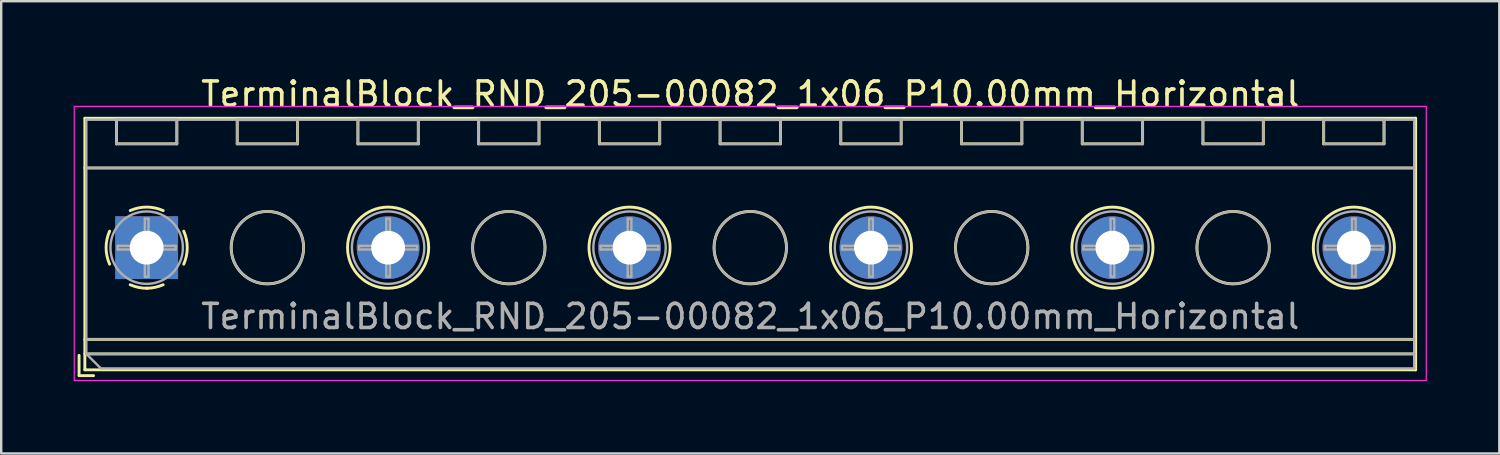
<source format=kicad_pcb>
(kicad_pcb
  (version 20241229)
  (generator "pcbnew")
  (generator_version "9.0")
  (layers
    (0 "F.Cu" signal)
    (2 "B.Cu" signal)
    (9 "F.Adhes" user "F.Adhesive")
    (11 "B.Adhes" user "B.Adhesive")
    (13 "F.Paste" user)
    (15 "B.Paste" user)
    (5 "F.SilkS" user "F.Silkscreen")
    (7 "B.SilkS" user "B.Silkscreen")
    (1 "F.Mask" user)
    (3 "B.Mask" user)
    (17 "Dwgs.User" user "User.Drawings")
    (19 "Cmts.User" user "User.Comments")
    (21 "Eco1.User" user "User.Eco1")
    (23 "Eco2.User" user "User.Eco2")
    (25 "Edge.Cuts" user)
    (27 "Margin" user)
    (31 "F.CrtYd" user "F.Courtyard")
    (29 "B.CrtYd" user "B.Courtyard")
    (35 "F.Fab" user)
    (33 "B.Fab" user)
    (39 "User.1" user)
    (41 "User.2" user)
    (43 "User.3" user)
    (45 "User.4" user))
  (footprint "TerminalBlock_RND_205-00082_1x06_P10.00mm_Horizontal"
    (layer "F.Cu")
    (at 3.025 7.208)
    (property "Reference" "TerminalBlock_RND_205-00082_1x06_P10.00mm_Horizontal" (at 25 -6.36 0) (layer "F.SilkS") (effects (font (size 1 1) (thickness 0.15))))
    (attr through_hole)
    (fp_line (start -2.8 4.46) (end -2.8 5.3) (stroke (width 0.12) (type solid)) (layer "F.SilkS"))
    (fp_line (start -2.8 5.3) (end -2.2 5.3) (stroke (width 0.12) (type solid)) (layer "F.SilkS"))
    (fp_line (start -2.56 -5.36) (end -2.56 5.06) (stroke (width 0.12) (type solid)) (layer "F.SilkS"))
    (fp_line (start -2.56 -5.36) (end 52.56 -5.36) (stroke (width 0.12) (type solid)) (layer "F.SilkS"))
    (fp_line (start -2.56 -3.301) (end 52.56 -3.301) (stroke (width 0.12) (type solid)) (layer "F.SilkS"))
    (fp_line (start -2.56 3.8) (end 52.56 3.8) (stroke (width 0.12) (type solid)) (layer "F.SilkS"))
    (fp_line (start -2.56 4.4) (end 52.56 4.4) (stroke (width 0.12) (type solid)) (layer "F.SilkS"))
    (fp_line (start -2.56 5.06) (end 52.56 5.06) (stroke (width 0.12) (type solid)) (layer "F.SilkS"))
    (fp_line (start -1.25 -5.301) (end -1.25 -4.301) (stroke (width 0.12) (type solid)) (layer "F.SilkS"))
    (fp_line (start -1.25 -5.301) (end 1.25 -5.301) (stroke (width 0.12) (type solid)) (layer "F.SilkS"))
    (fp_line (start -1.25 -4.301) (end 1.25 -4.301) (stroke (width 0.12) (type solid)) (layer "F.SilkS"))
    (fp_line (start 1.25 -5.301) (end 1.25 -4.301) (stroke (width 0.12) (type solid)) (layer "F.SilkS"))
    (fp_line (start 3.75 -5.301) (end 3.75 -4.301) (stroke (width 0.12) (type solid)) (layer "F.SilkS"))
    (fp_line (start 3.75 -5.301) (end 6.25 -5.301) (stroke (width 0.12) (type solid)) (layer "F.SilkS"))
    (fp_line (start 3.75 -4.301) (end 6.25 -4.301) (stroke (width 0.12) (type solid)) (layer "F.SilkS"))
    (fp_line (start 6.25 -5.301) (end 6.25 -4.301) (stroke (width 0.12) (type solid)) (layer "F.SilkS"))
    (fp_line (start 8.75 -5.301) (end 8.75 -4.301) (stroke (width 0.12) (type solid)) (layer "F.SilkS"))
    (fp_line (start 8.75 -5.301) (end 11.25 -5.301) (stroke (width 0.12) (type solid)) (layer "F.SilkS"))
    (fp_line (start 8.75 -4.301) (end 11.25 -4.301) (stroke (width 0.12) (type solid)) (layer "F.SilkS"))
    (fp_line (start 11.25 -5.301) (end 11.25 -4.301) (stroke (width 0.12) (type solid)) (layer "F.SilkS"))
    (fp_line (start 13.75 -5.301) (end 13.75 -4.301) (stroke (width 0.12) (type solid)) (layer "F.SilkS"))
    (fp_line (start 13.75 -5.301) (end 16.25 -5.301) (stroke (width 0.12) (type solid)) (layer "F.SilkS"))
    (fp_line (start 13.75 -4.301) (end 16.25 -4.301) (stroke (width 0.12) (type solid)) (layer "F.SilkS"))
    (fp_line (start 16.25 -5.301) (end 16.25 -4.301) (stroke (width 0.12) (type solid)) (layer "F.SilkS"))
    (fp_line (start 18.75 -5.301) (end 18.75 -4.301) (stroke (width 0.12) (type solid)) (layer "F.SilkS"))
    (fp_line (start 18.75 -5.301) (end 21.25 -5.301) (stroke (width 0.12) (type solid)) (layer "F.SilkS"))
    (fp_line (start 18.75 -4.301) (end 21.25 -4.301) (stroke (width 0.12) (type solid)) (layer "F.SilkS"))
    (fp_line (start 21.25 -5.301) (end 21.25 -4.301) (stroke (width 0.12) (type solid)) (layer "F.SilkS"))
    (fp_line (start 23.75 -5.301) (end 23.75 -4.301) (stroke (width 0.12) (type solid)) (layer "F.SilkS"))
    (fp_line (start 23.75 -5.301) (end 26.25 -5.301) (stroke (width 0.12) (type solid)) (layer "F.SilkS"))
    (fp_line (start 23.75 -4.301) (end 26.25 -4.301) (stroke (width 0.12) (type solid)) (layer "F.SilkS"))
    (fp_line (start 26.25 -5.301) (end 26.25 -4.301) (stroke (width 0.12) (type solid)) (layer "F.SilkS"))
    (fp_line (start 28.75 -5.301) (end 28.75 -4.301) (stroke (width 0.12) (type solid)) (layer "F.SilkS"))
    (fp_line (start 28.75 -5.301) (end 31.25 -5.301) (stroke (width 0.12) (type solid)) (layer "F.SilkS"))
    (fp_line (start 28.75 -4.301) (end 31.25 -4.301) (stroke (width 0.12) (type solid)) (layer "F.SilkS"))
    (fp_line (start 31.25 -5.301) (end 31.25 -4.301) (stroke (width 0.12) (type solid)) (layer "F.SilkS"))
    (fp_line (start 33.75 -5.301) (end 33.75 -4.301) (stroke (width 0.12) (type solid)) (layer "F.SilkS"))
    (fp_line (start 33.75 -5.301) (end 36.25 -5.301) (stroke (width 0.12) (type solid)) (layer "F.SilkS"))
    (fp_line (start 33.75 -4.301) (end 36.25 -4.301) (stroke (width 0.12) (type solid)) (layer "F.SilkS"))
    (fp_line (start 36.25 -5.301) (end 36.25 -4.301) (stroke (width 0.12) (type solid)) (layer "F.SilkS"))
    (fp_line (start 38.75 -5.301) (end 38.75 -4.301) (stroke (width 0.12) (type solid)) (layer "F.SilkS"))
    (fp_line (start 38.75 -5.301) (end 41.25 -5.301) (stroke (width 0.12) (type solid)) (layer "F.SilkS"))
    (fp_line (start 38.75 -4.301) (end 41.25 -4.301) (stroke (width 0.12) (type solid)) (layer "F.SilkS"))
    (fp_line (start 41.25 -5.301) (end 41.25 -4.301) (stroke (width 0.12) (type solid)) (layer "F.SilkS"))
    (fp_line (start 43.75 -5.301) (end 43.75 -4.301) (stroke (width 0.12) (type solid)) (layer "F.SilkS"))
    (fp_line (start 43.75 -5.301) (end 46.25 -5.301) (stroke (width 0.12) (type solid)) (layer "F.SilkS"))
    (fp_line (start 43.75 -4.301) (end 46.25 -4.301) (stroke (width 0.12) (type solid)) (layer "F.SilkS"))
    (fp_line (start 46.25 -5.301) (end 46.25 -4.301) (stroke (width 0.12) (type solid)) (layer "F.SilkS"))
    (fp_line (start 48.75 -5.301) (end 48.75 -4.301) (stroke (width 0.12) (type solid)) (layer "F.SilkS"))
    (fp_line (start 48.75 -5.301) (end 51.25 -5.301) (stroke (width 0.12) (type solid)) (layer "F.SilkS"))
    (fp_line (start 48.75 -4.301) (end 51.25 -4.301) (stroke (width 0.12) (type solid)) (layer "F.SilkS"))
    (fp_line (start 51.25 -5.301) (end 51.25 -4.301) (stroke (width 0.12) (type solid)) (layer "F.SilkS"))
    (fp_line (start 52.56 -5.36) (end 52.56 5.06) (stroke (width 0.12) (type solid)) (layer "F.SilkS"))
    (fp_arc (start -1.535427 0.683042) (mid -1.680501 -0.000524) (end -1.535 -0.684) (stroke (width 0.12) (type solid)) (layer "F.SilkS"))
    (fp_arc (start -0.683042 -1.535427) (mid 0.000524 -1.680501) (end 0.684 -1.535) (stroke (width 0.12) (type solid)) (layer "F.SilkS"))
    (fp_arc (start 0.028805 1.680253) (mid -0.335551 1.646659) (end -0.684 1.535) (stroke (width 0.12) (type solid)) (layer "F.SilkS"))
    (fp_arc (start 0.683318 1.534756) (mid 0.349292 1.643288) (end 0 1.68) (stroke (width 0.12) (type solid)) (layer "F.SilkS"))
    (fp_arc (start 1.535427 -0.683042) (mid 1.680501 0.000524) (end 1.535 0.684) (stroke (width 0.12) (type solid)) (layer "F.SilkS"))
    (fp_circle (center 5 0) (end 6.5 0) (stroke (width 0.12) (type solid)) (fill no) (layer "F.SilkS"))
    (fp_circle (center 10 0) (end 11.68 0) (stroke (width 0.12) (type solid)) (fill no) (layer "F.SilkS"))
    (fp_circle (center 15 0) (end 16.5 0) (stroke (width 0.12) (type solid)) (fill no) (layer "F.SilkS"))
    (fp_circle (center 20 0) (end 21.68 0) (stroke (width 0.12) (type solid)) (fill no) (layer "F.SilkS"))
    (fp_circle (center 25 0) (end 26.5 0) (stroke (width 0.12) (type solid)) (fill no) (layer "F.SilkS"))
    (fp_circle (center 30 0) (end 31.68 0) (stroke (width 0.12) (type solid)) (fill no) (layer "F.SilkS"))
    (fp_circle (center 35 0) (end 36.5 0) (stroke (width 0.12) (type solid)) (fill no) (layer "F.SilkS"))
    (fp_circle (center 40 0) (end 41.68 0) (stroke (width 0.12) (type solid)) (fill no) (layer "F.SilkS"))
    (fp_circle (center 45 0) (end 46.5 0) (stroke (width 0.12) (type solid)) (fill no) (layer "F.SilkS"))
    (fp_circle (center 50 0) (end 51.68 0) (stroke (width 0.12) (type solid)) (fill no) (layer "F.SilkS"))
    (fp_line (start -3 -5.85) (end -3 5.5) (stroke (width 0.05) (type solid)) (layer "F.CrtYd"))
    (fp_line (start -3 5.5) (end 53 5.5) (stroke (width 0.05) (type solid)) (layer "F.CrtYd"))
    (fp_line (start 53 -5.85) (end -3 -5.85) (stroke (width 0.05) (type solid)) (layer "F.CrtYd"))
    (fp_line (start 53 5.5) (end 53 -5.85) (stroke (width 0.05) (type solid)) (layer "F.CrtYd"))
    (fp_line (start -2.5 -5.3) (end 52.5 -5.3) (stroke (width 0.1) (type solid)) (layer "F.Fab"))
    (fp_line (start -2.5 -3.3) (end 52.5 -3.3) (stroke (width 0.1) (type solid)) (layer "F.Fab"))
    (fp_line (start -2.5 3.8) (end 52.5 3.8) (stroke (width 0.1) (type solid)) (layer "F.Fab"))
    (fp_line (start -2.5 4.4) (end -2.5 -5.3) (stroke (width 0.1) (type solid)) (layer "F.Fab"))
    (fp_line (start -2.5 4.4) (end 52.5 4.4) (stroke (width 0.1) (type solid)) (layer "F.Fab"))
    (fp_line (start -1.9 5) (end -2.5 4.4) (stroke (width 0.1) (type solid)) (layer "F.Fab"))
    (fp_line (start -1.25 -5.3) (end -1.25 -4.3) (stroke (width 0.1) (type solid)) (layer "F.Fab"))
    (fp_line (start -1.25 -4.3) (end 1.25 -4.3) (stroke (width 0.1) (type solid)) (layer "F.Fab"))
    (fp_line (start -1.201 -0.076) (end -0.076 -0.076) (stroke (width 0.1) (type solid)) (layer "F.Fab"))
    (fp_line (start -1.201 0.076) (end -1.201 -0.076) (stroke (width 0.1) (type solid)) (layer "F.Fab"))
    (fp_line (start -0.076 -1.201) (end 0.076 -1.201) (stroke (width 0.1) (type solid)) (layer "F.Fab"))
    (fp_line (start -0.076 -0.076) (end -0.076 -1.201) (stroke (width 0.1) (type solid)) (layer "F.Fab"))
    (fp_line (start -0.076 0.076) (end -1.201 0.076) (stroke (width 0.1) (type solid)) (layer "F.Fab"))
    (fp_line (start -0.076 1.201) (end -0.076 0.076) (stroke (width 0.1) (type solid)) (layer "F.Fab"))
    (fp_line (start 0.076 -1.201) (end 0.076 -0.076) (stroke (width 0.1) (type solid)) (layer "F.Fab"))
    (fp_line (start 0.076 -0.076) (end 1.201 -0.076) (stroke (width 0.1) (type solid)) (layer "F.Fab"))
    (fp_line (start 0.076 0.076) (end 0.076 1.201) (stroke (width 0.1) (type solid)) (layer "F.Fab"))
    (fp_line (start 0.076 1.201) (end -0.076 1.201) (stroke (width 0.1) (type solid)) (layer "F.Fab"))
    (fp_line (start 1.201 -0.076) (end 1.201 0.076) (stroke (width 0.1) (type solid)) (layer "F.Fab"))
    (fp_line (start 1.201 0.076) (end 0.076 0.076) (stroke (width 0.1) (type solid)) (layer "F.Fab"))
    (fp_line (start 1.25 -5.3) (end -1.25 -5.3) (stroke (width 0.1) (type solid)) (layer "F.Fab"))
    (fp_line (start 1.25 -4.3) (end 1.25 -5.3) (stroke (width 0.1) (type solid)) (layer "F.Fab"))
    (fp_line (start 3.75 -5.3) (end 3.75 -4.3) (stroke (width 0.1) (type solid)) (layer "F.Fab"))
    (fp_line (start 3.75 -4.3) (end 6.25 -4.3) (stroke (width 0.1) (type solid)) (layer "F.Fab"))
    (fp_line (start 6.25 -5.3) (end 3.75 -5.3) (stroke (width 0.1) (type solid)) (layer "F.Fab"))
    (fp_line (start 6.25 -4.3) (end 6.25 -5.3) (stroke (width 0.1) (type solid)) (layer "F.Fab"))
    (fp_line (start 8.75 -5.3) (end 8.75 -4.3) (stroke (width 0.1) (type solid)) (layer "F.Fab"))
    (fp_line (start 8.75 -4.3) (end 11.25 -4.3) (stroke (width 0.1) (type solid)) (layer "F.Fab"))
    (fp_line (start 8.799 -0.076) (end 9.924 -0.076) (stroke (width 0.1) (type solid)) (layer "F.Fab"))
    (fp_line (start 8.799 0.076) (end 8.799 -0.076) (stroke (width 0.1) (type solid)) (layer "F.Fab"))
    (fp_line (start 9.924 -1.201) (end 10.076 -1.201) (stroke (width 0.1) (type solid)) (layer "F.Fab"))
    (fp_line (start 9.924 -0.076) (end 9.924 -1.201) (stroke (width 0.1) (type solid)) (layer "F.Fab"))
    (fp_line (start 9.924 0.076) (end 8.799 0.076) (stroke (width 0.1) (type solid)) (layer "F.Fab"))
    (fp_line (start 9.924 1.201) (end 9.924 0.076) (stroke (width 0.1) (type solid)) (layer "F.Fab"))
    (fp_line (start 10.076 -1.201) (end 10.076 -0.076) (stroke (width 0.1) (type solid)) (layer "F.Fab"))
    (fp_line (start 10.076 -0.076) (end 11.201 -0.076) (stroke (width 0.1) (type solid)) (layer "F.Fab"))
    (fp_line (start 10.076 0.076) (end 10.076 1.201) (stroke (width 0.1) (type solid)) (layer "F.Fab"))
    (fp_line (start 10.076 1.201) (end 9.924 1.201) (stroke (width 0.1) (type solid)) (layer "F.Fab"))
    (fp_line (start 11.201 -0.076) (end 11.201 0.076) (stroke (width 0.1) (type solid)) (layer "F.Fab"))
    (fp_line (start 11.201 0.076) (end 10.076 0.076) (stroke (width 0.1) (type solid)) (layer "F.Fab"))
    (fp_line (start 11.25 -5.3) (end 8.75 -5.3) (stroke (width 0.1) (type solid)) (layer "F.Fab"))
    (fp_line (start 11.25 -4.3) (end 11.25 -5.3) (stroke (width 0.1) (type solid)) (layer "F.Fab"))
    (fp_line (start 13.75 -5.3) (end 13.75 -4.3) (stroke (width 0.1) (type solid)) (layer "F.Fab"))
    (fp_line (start 13.75 -4.3) (end 16.25 -4.3) (stroke (width 0.1) (type solid)) (layer "F.Fab"))
    (fp_line (start 16.25 -5.3) (end 13.75 -5.3) (stroke (width 0.1) (type solid)) (layer "F.Fab"))
    (fp_line (start 16.25 -4.3) (end 16.25 -5.3) (stroke (width 0.1) (type solid)) (layer "F.Fab"))
    (fp_line (start 18.75 -5.3) (end 18.75 -4.3) (stroke (width 0.1) (type solid)) (layer "F.Fab"))
    (fp_line (start 18.75 -4.3) (end 21.25 -4.3) (stroke (width 0.1) (type solid)) (layer "F.Fab"))
    (fp_line (start 18.799 -0.076) (end 19.924 -0.076) (stroke (width 0.1) (type solid)) (layer "F.Fab"))
    (fp_line (start 18.799 0.076) (end 18.799 -0.076) (stroke (width 0.1) (type solid)) (layer "F.Fab"))
    (fp_line (start 19.924 -1.201) (end 20.076 -1.201) (stroke (width 0.1) (type solid)) (layer "F.Fab"))
    (fp_line (start 19.924 -0.076) (end 19.924 -1.201) (stroke (width 0.1) (type solid)) (layer "F.Fab"))
    (fp_line (start 19.924 0.076) (end 18.799 0.076) (stroke (width 0.1) (type solid)) (layer "F.Fab"))
    (fp_line (start 19.924 1.201) (end 19.924 0.076) (stroke (width 0.1) (type solid)) (layer "F.Fab"))
    (fp_line (start 20.076 -1.201) (end 20.076 -0.076) (stroke (width 0.1) (type solid)) (layer "F.Fab"))
    (fp_line (start 20.076 -0.076) (end 21.201 -0.076) (stroke (width 0.1) (type solid)) (layer "F.Fab"))
    (fp_line (start 20.076 0.076) (end 20.076 1.201) (stroke (width 0.1) (type solid)) (layer "F.Fab"))
    (fp_line (start 20.076 1.201) (end 19.924 1.201) (stroke (width 0.1) (type solid)) (layer "F.Fab"))
    (fp_line (start 21.201 -0.076) (end 21.201 0.076) (stroke (width 0.1) (type solid)) (layer "F.Fab"))
    (fp_line (start 21.201 0.076) (end 20.076 0.076) (stroke (width 0.1) (type solid)) (layer "F.Fab"))
    (fp_line (start 21.25 -5.3) (end 18.75 -5.3) (stroke (width 0.1) (type solid)) (layer "F.Fab"))
    (fp_line (start 21.25 -4.3) (end 21.25 -5.3) (stroke (width 0.1) (type solid)) (layer "F.Fab"))
    (fp_line (start 23.75 -5.3) (end 23.75 -4.3) (stroke (width 0.1) (type solid)) (layer "F.Fab"))
    (fp_line (start 23.75 -4.3) (end 26.25 -4.3) (stroke (width 0.1) (type solid)) (layer "F.Fab"))
    (fp_line (start 26.25 -5.3) (end 23.75 -5.3) (stroke (width 0.1) (type solid)) (layer "F.Fab"))
    (fp_line (start 26.25 -4.3) (end 26.25 -5.3) (stroke (width 0.1) (type solid)) (layer "F.Fab"))
    (fp_line (start 28.75 -5.3) (end 28.75 -4.3) (stroke (width 0.1) (type solid)) (layer "F.Fab"))
    (fp_line (start 28.75 -4.3) (end 31.25 -4.3) (stroke (width 0.1) (type solid)) (layer "F.Fab"))
    (fp_line (start 28.799 -0.076) (end 29.924 -0.076) (stroke (width 0.1) (type solid)) (layer "F.Fab"))
    (fp_line (start 28.799 0.076) (end 28.799 -0.076) (stroke (width 0.1) (type solid)) (layer "F.Fab"))
    (fp_line (start 29.924 -1.201) (end 30.076 -1.201) (stroke (width 0.1) (type solid)) (layer "F.Fab"))
    (fp_line (start 29.924 -0.076) (end 29.924 -1.201) (stroke (width 0.1) (type solid)) (layer "F.Fab"))
    (fp_line (start 29.924 0.076) (end 28.799 0.076) (stroke (width 0.1) (type solid)) (layer "F.Fab"))
    (fp_line (start 29.924 1.201) (end 29.924 0.076) (stroke (width 0.1) (type solid)) (layer "F.Fab"))
    (fp_line (start 30.076 -1.201) (end 30.076 -0.076) (stroke (width 0.1) (type solid)) (layer "F.Fab"))
    (fp_line (start 30.076 -0.076) (end 31.201 -0.076) (stroke (width 0.1) (type solid)) (layer "F.Fab"))
    (fp_line (start 30.076 0.076) (end 30.076 1.201) (stroke (width 0.1) (type solid)) (layer "F.Fab"))
    (fp_line (start 30.076 1.201) (end 29.924 1.201) (stroke (width 0.1) (type solid)) (layer "F.Fab"))
    (fp_line (start 31.201 -0.076) (end 31.201 0.076) (stroke (width 0.1) (type solid)) (layer "F.Fab"))
    (fp_line (start 31.201 0.076) (end 30.076 0.076) (stroke (width 0.1) (type solid)) (layer "F.Fab"))
    (fp_line (start 31.25 -5.3) (end 28.75 -5.3) (stroke (width 0.1) (type solid)) (layer "F.Fab"))
    (fp_line (start 31.25 -4.3) (end 31.25 -5.3) (stroke (width 0.1) (type solid)) (layer "F.Fab"))
    (fp_line (start 33.75 -5.3) (end 33.75 -4.3) (stroke (width 0.1) (type solid)) (layer "F.Fab"))
    (fp_line (start 33.75 -4.3) (end 36.25 -4.3) (stroke (width 0.1) (type solid)) (layer "F.Fab"))
    (fp_line (start 36.25 -5.3) (end 33.75 -5.3) (stroke (width 0.1) (type solid)) (layer "F.Fab"))
    (fp_line (start 36.25 -4.3) (end 36.25 -5.3) (stroke (width 0.1) (type solid)) (layer "F.Fab"))
    (fp_line (start 38.75 -5.3) (end 38.75 -4.3) (stroke (width 0.1) (type solid)) (layer "F.Fab"))
    (fp_line (start 38.75 -4.3) (end 41.25 -4.3) (stroke (width 0.1) (type solid)) (layer "F.Fab"))
    (fp_line (start 38.799 -0.076) (end 39.924 -0.076) (stroke (width 0.1) (type solid)) (layer "F.Fab"))
    (fp_line (start 38.799 0.076) (end 38.799 -0.076) (stroke (width 0.1) (type solid)) (layer "F.Fab"))
    (fp_line (start 39.924 -1.201) (end 40.076 -1.201) (stroke (width 0.1) (type solid)) (layer "F.Fab"))
    (fp_line (start 39.924 -0.076) (end 39.924 -1.201) (stroke (width 0.1) (type solid)) (layer "F.Fab"))
    (fp_line (start 39.924 0.076) (end 38.799 0.076) (stroke (width 0.1) (type solid)) (layer "F.Fab"))
    (fp_line (start 39.924 1.201) (end 39.924 0.076) (stroke (width 0.1) (type solid)) (layer "F.Fab"))
    (fp_line (start 40.076 -1.201) (end 40.076 -0.076) (stroke (width 0.1) (type solid)) (layer "F.Fab"))
    (fp_line (start 40.076 -0.076) (end 41.201 -0.076) (stroke (width 0.1) (type solid)) (layer "F.Fab"))
    (fp_line (start 40.076 0.076) (end 40.076 1.201) (stroke (width 0.1) (type solid)) (layer "F.Fab"))
    (fp_line (start 40.076 1.201) (end 39.924 1.201) (stroke (width 0.1) (type solid)) (layer "F.Fab"))
    (fp_line (start 41.201 -0.076) (end 41.201 0.076) (stroke (width 0.1) (type solid)) (layer "F.Fab"))
    (fp_line (start 41.201 0.076) (end 40.076 0.076) (stroke (width 0.1) (type solid)) (layer "F.Fab"))
    (fp_line (start 41.25 -5.3) (end 38.75 -5.3) (stroke (width 0.1) (type solid)) (layer "F.Fab"))
    (fp_line (start 41.25 -4.3) (end 41.25 -5.3) (stroke (width 0.1) (type solid)) (layer "F.Fab"))
    (fp_line (start 43.75 -5.3) (end 43.75 -4.3) (stroke (width 0.1) (type solid)) (layer "F.Fab"))
    (fp_line (start 43.75 -4.3) (end 46.25 -4.3) (stroke (width 0.1) (type solid)) (layer "F.Fab"))
    (fp_line (start 46.25 -5.3) (end 43.75 -5.3) (stroke (width 0.1) (type solid)) (layer "F.Fab"))
    (fp_line (start 46.25 -4.3) (end 46.25 -5.3) (stroke (width 0.1) (type solid)) (layer "F.Fab"))
    (fp_line (start 48.75 -5.3) (end 48.75 -4.3) (stroke (width 0.1) (type solid)) (layer "F.Fab"))
    (fp_line (start 48.75 -4.3) (end 51.25 -4.3) (stroke (width 0.1) (type solid)) (layer "F.Fab"))
    (fp_line (start 48.799 -0.076) (end 49.924 -0.076) (stroke (width 0.1) (type solid)) (layer "F.Fab"))
    (fp_line (start 48.799 0.076) (end 48.799 -0.076) (stroke (width 0.1) (type solid)) (layer "F.Fab"))
    (fp_line (start 49.924 -1.201) (end 50.076 -1.201) (stroke (width 0.1) (type solid)) (layer "F.Fab"))
    (fp_line (start 49.924 -0.076) (end 49.924 -1.201) (stroke (width 0.1) (type solid)) (layer "F.Fab"))
    (fp_line (start 49.924 0.076) (end 48.799 0.076) (stroke (width 0.1) (type solid)) (layer "F.Fab"))
    (fp_line (start 49.924 1.201) (end 49.924 0.076) (stroke (width 0.1) (type solid)) (layer "F.Fab"))
    (fp_line (start 50.076 -1.201) (end 50.076 -0.076) (stroke (width 0.1) (type solid)) (layer "F.Fab"))
    (fp_line (start 50.076 -0.076) (end 51.201 -0.076) (stroke (width 0.1) (type solid)) (layer "F.Fab"))
    (fp_line (start 50.076 0.076) (end 50.076 1.201) (stroke (width 0.1) (type solid)) (layer "F.Fab"))
    (fp_line (start 50.076 1.201) (end 49.924 1.201) (stroke (width 0.1) (type solid)) (layer "F.Fab"))
    (fp_line (start 51.201 -0.076) (end 51.201 0.076) (stroke (width 0.1) (type solid)) (layer "F.Fab"))
    (fp_line (start 51.201 0.076) (end 50.076 0.076) (stroke (width 0.1) (type solid)) (layer "F.Fab"))
    (fp_line (start 51.25 -5.3) (end 48.75 -5.3) (stroke (width 0.1) (type solid)) (layer "F.Fab"))
    (fp_line (start 51.25 -4.3) (end 51.25 -5.3) (stroke (width 0.1) (type solid)) (layer "F.Fab"))
    (fp_line (start 52.5 -5.3) (end 52.5 5) (stroke (width 0.1) (type solid)) (layer "F.Fab"))
    (fp_line (start 52.5 5) (end -1.9 5) (stroke (width 0.1) (type solid)) (layer "F.Fab"))
    (fp_circle (center 0 0) (end 1.5 0) (stroke (width 0.1) (type solid)) (fill no) (layer "F.Fab"))
    (fp_circle (center 5 0) (end 6.5 0) (stroke (width 0.1) (type solid)) (fill no) (layer "F.Fab"))
    (fp_circle (center 10 0) (end 11.5 0) (stroke (width 0.1) (type solid)) (fill no) (layer "F.Fab"))
    (fp_circle (center 15 0) (end 16.5 0) (stroke (width 0.1) (type solid)) (fill no) (layer "F.Fab"))
    (fp_circle (center 20 0) (end 21.5 0) (stroke (width 0.1) (type solid)) (fill no) (layer "F.Fab"))
    (fp_circle (center 25 0) (end 26.5 0) (stroke (width 0.1) (type solid)) (fill no) (layer "F.Fab"))
    (fp_circle (center 30 0) (end 31.5 0) (stroke (width 0.1) (type solid)) (fill no) (layer "F.Fab"))
    (fp_circle (center 35 0) (end 36.5 0) (stroke (width 0.1) (type solid)) (fill no) (layer "F.Fab"))
    (fp_circle (center 40 0) (end 41.5 0) (stroke (width 0.1) (type solid)) (fill no) (layer "F.Fab"))
    (fp_circle (center 45 0) (end 46.5 0) (stroke (width 0.1) (type solid)) (fill no) (layer "F.Fab"))
    (fp_circle (center 50 0) (end 51.5 0) (stroke (width 0.1) (type solid)) (fill no) (layer "F.Fab"))
    (fp_text user "${REFERENCE}" (at 25 2.85 0) (layer "F.Fab") (effects (font (size 1 1) (thickness 0.15))))
    (pad "1" thru_hole rect (at 0 0) (size 2.6 2.6) (drill 1.4) (layers "*.Cu" "*.Mask"))
    (pad "2" thru_hole circle (at 10 0) (size 2.6 2.6) (drill 1.4) (layers "*.Cu" "*.Mask"))
    (pad "3" thru_hole circle (at 20 0) (size 2.6 2.6) (drill 1.4) (layers "*.Cu" "*.Mask"))
    (pad "4" thru_hole circle (at 30 0) (size 2.6 2.6) (drill 1.4) (layers "*.Cu" "*.Mask"))
    (pad "5" thru_hole circle (at 40 0) (size 2.6 2.6) (drill 1.4) (layers "*.Cu" "*.Mask"))
    (pad "6" thru_hole circle (at 50 0) (size 2.6 2.6) (drill 1.4) (layers "*.Cu" "*.Mask")))
  (gr_rect
    (start -3 -3)
    (end 59.05 15.733)
    (stroke (width 0.1) (type default))
    (fill no)
    (layer "Edge.Cuts")))
</source>
